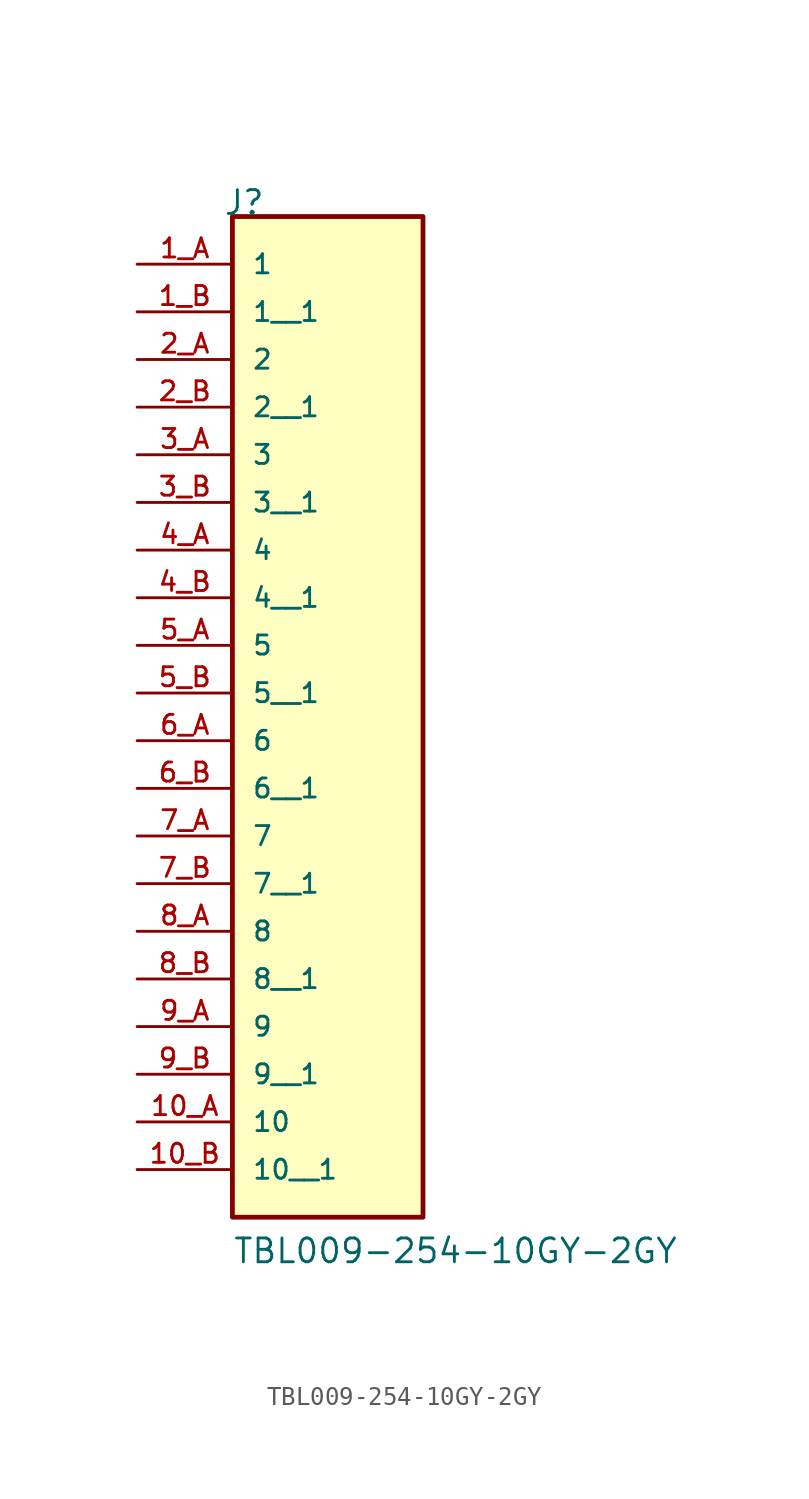
<source format=kicad_sym>
(kicad_symbol_lib
  (version 20211014)
  (generator kicad_symbol_editor)
  (symbol "TBL009-254-10GY-2GY"
    (pin_names
      (offset 1.016))
    (property "Reference" "J"
      (at -5.58 15.24 0)
      (effects (font (size 1.27 1.27)) (justify bottom left)))
    (property "Value" "TBL009-254-10GY-2GY"
      (at -5.08 -40.64 0)
      (effects (font (size 1.27 1.27)) (justify bottom left)))
    (symbol "TBL009-254-10GY-2GY_0_0"
      (rectangle (start -5.08 -38.1) (end 5.08 15.24) (stroke (width 0.254)) (fill (type background)))
      (pin passive line (at -10.16 12.7 0) (length 5.08) (name "1" (effects (font (size 1.016 1.016)))) (number "1_A" (effects (font (size 1.016 1.016)))))
      (pin passive line (at -10.16 7.62 0) (length 5.08) (name "2" (effects (font (size 1.016 1.016)))) (number "2_A" (effects (font (size 1.016 1.016)))))
      (pin passive line (at -10.16 2.54 0) (length 5.08) (name "3" (effects (font (size 1.016 1.016)))) (number "3_A" (effects (font (size 1.016 1.016)))))
      (pin passive line (at -10.16 -2.54 0) (length 5.08) (name "4" (effects (font (size 1.016 1.016)))) (number "4_A" (effects (font (size 1.016 1.016)))))
      (pin passive line (at -10.16 -7.62 0) (length 5.08) (name "5" (effects (font (size 1.016 1.016)))) (number "5_A" (effects (font (size 1.016 1.016)))))
      (pin passive line (at -10.16 -12.7 0) (length 5.08) (name "6" (effects (font (size 1.016 1.016)))) (number "6_A" (effects (font (size 1.016 1.016)))))
      (pin passive line (at -10.16 -17.78 0) (length 5.08) (name "7" (effects (font (size 1.016 1.016)))) (number "7_A" (effects (font (size 1.016 1.016)))))
      (pin passive line (at -10.16 -22.86 0) (length 5.08) (name "8" (effects (font (size 1.016 1.016)))) (number "8_A" (effects (font (size 1.016 1.016)))))
      (pin passive line (at -10.16 -27.94 0) (length 5.08) (name "9" (effects (font (size 1.016 1.016)))) (number "9_A" (effects (font (size 1.016 1.016)))))
      (pin passive line (at -10.16 -33.02 0) (length 5.08) (name "10" (effects (font (size 1.016 1.016)))) (number "10_A" (effects (font (size 1.016 1.016)))))
      (pin passive line (at -10.16 10.16 0) (length 5.08) (name "1__1" (effects (font (size 1.016 1.016)))) (number "1_B" (effects (font (size 1.016 1.016)))))
      (pin passive line (at -10.16 5.08 0) (length 5.08) (name "2__1" (effects (font (size 1.016 1.016)))) (number "2_B" (effects (font (size 1.016 1.016)))))
      (pin passive line (at -10.16 0.0 0) (length 5.08) (name "3__1" (effects (font (size 1.016 1.016)))) (number "3_B" (effects (font (size 1.016 1.016)))))
      (pin passive line (at -10.16 -5.08 0) (length 5.08) (name "4__1" (effects (font (size 1.016 1.016)))) (number "4_B" (effects (font (size 1.016 1.016)))))
      (pin passive line (at -10.16 -10.16 0) (length 5.08) (name "5__1" (effects (font (size 1.016 1.016)))) (number "5_B" (effects (font (size 1.016 1.016)))))
      (pin passive line (at -10.16 -15.24 0) (length 5.08) (name "6__1" (effects (font (size 1.016 1.016)))) (number "6_B" (effects (font (size 1.016 1.016)))))
      (pin passive line (at -10.16 -20.32 0) (length 5.08) (name "7__1" (effects (font (size 1.016 1.016)))) (number "7_B" (effects (font (size 1.016 1.016)))))
      (pin passive line (at -10.16 -25.4 0) (length 5.08) (name "8__1" (effects (font (size 1.016 1.016)))) (number "8_B" (effects (font (size 1.016 1.016)))))
      (pin passive line (at -10.16 -30.48 0) (length 5.08) (name "9__1" (effects (font (size 1.016 1.016)))) (number "9_B" (effects (font (size 1.016 1.016)))))
      (pin passive line (at -10.16 -35.56 0) (length 5.08) (name "10__1" (effects (font (size 1.016 1.016)))) (number "10_B" (effects (font (size 1.016 1.016))))))))
</source>
